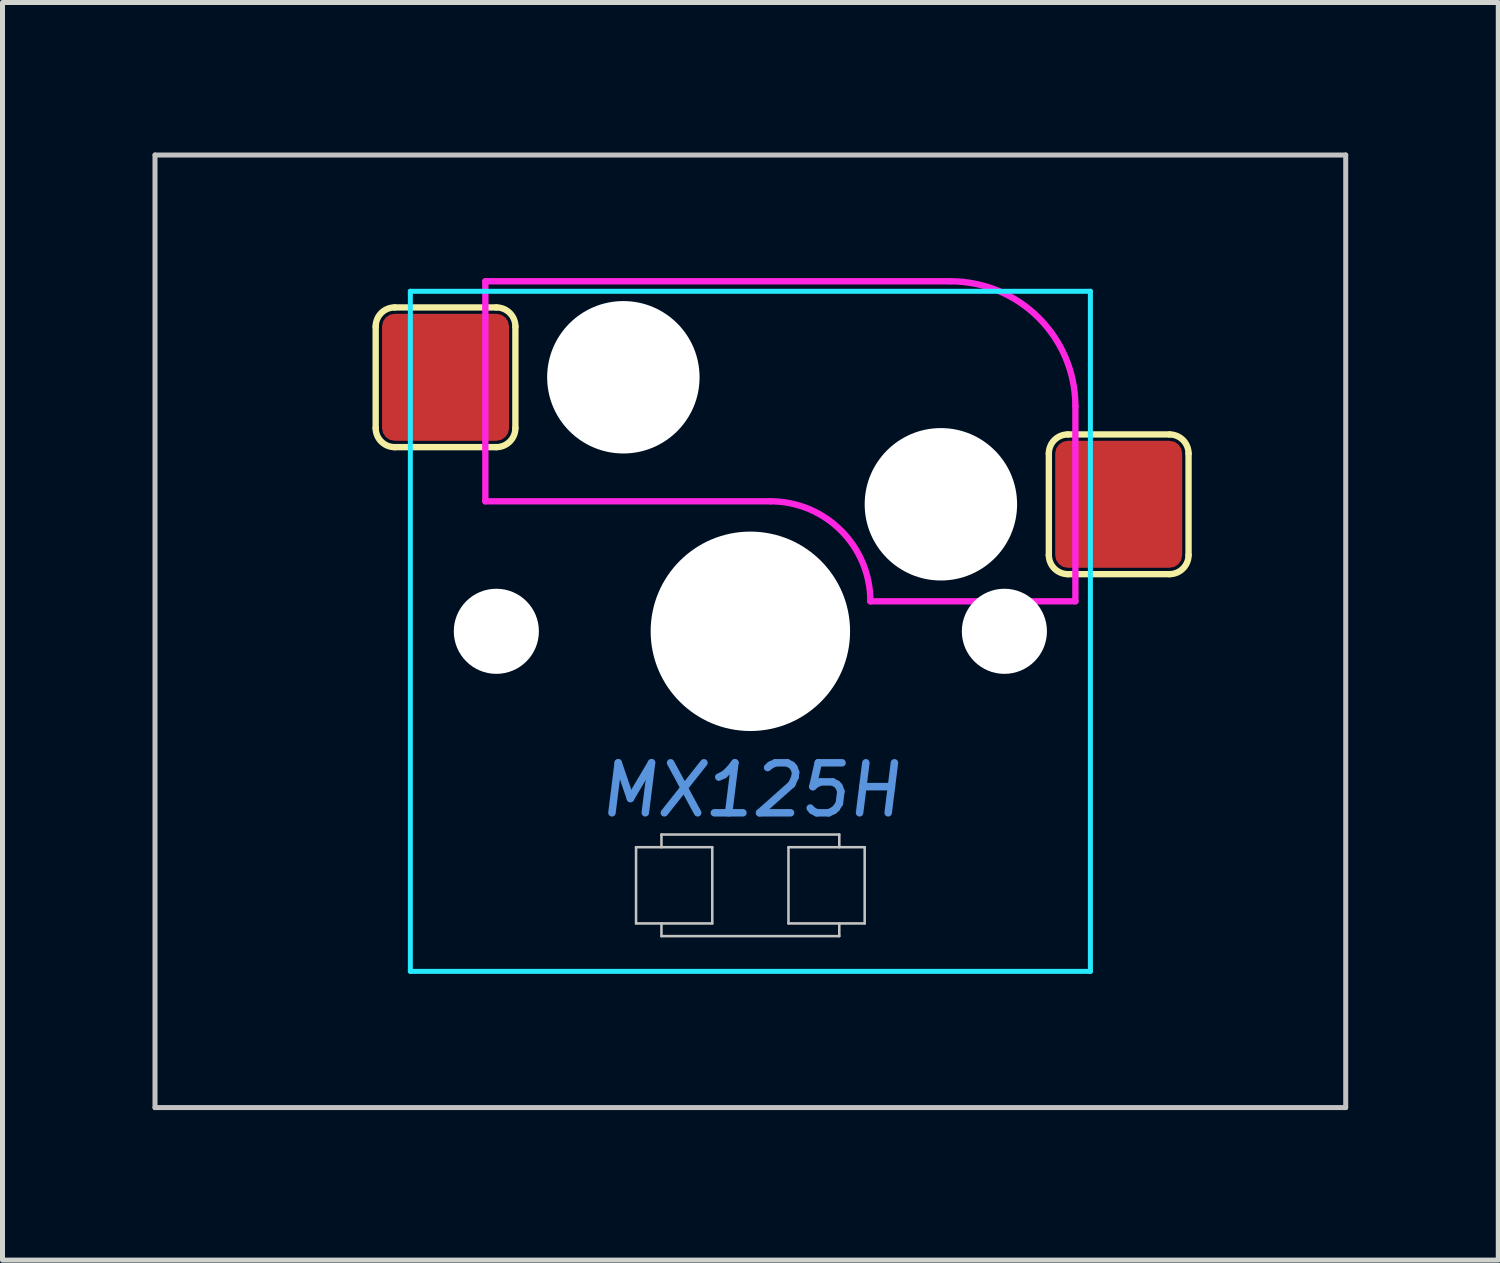
<source format=kicad_pcb>
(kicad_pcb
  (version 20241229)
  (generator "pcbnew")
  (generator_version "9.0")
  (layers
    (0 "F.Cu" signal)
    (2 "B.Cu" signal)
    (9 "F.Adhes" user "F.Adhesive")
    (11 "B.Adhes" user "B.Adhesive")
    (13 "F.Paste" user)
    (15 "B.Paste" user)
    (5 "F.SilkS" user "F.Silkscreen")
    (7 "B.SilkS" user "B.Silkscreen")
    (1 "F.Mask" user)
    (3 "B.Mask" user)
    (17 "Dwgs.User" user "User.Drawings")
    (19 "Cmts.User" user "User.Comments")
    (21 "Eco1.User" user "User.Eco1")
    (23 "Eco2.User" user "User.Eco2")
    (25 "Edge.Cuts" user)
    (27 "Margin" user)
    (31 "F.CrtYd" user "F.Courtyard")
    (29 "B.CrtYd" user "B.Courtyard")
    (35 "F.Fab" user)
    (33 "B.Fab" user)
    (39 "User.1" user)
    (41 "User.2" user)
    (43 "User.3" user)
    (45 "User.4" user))
  (footprint "MX125H"
    (layer "F.Cu")
    (at 11.956 9.575)
    (property "Reference" "MX125H" (at 0 3.175 180) (layer "Cmts.User") (effects (font (size 1 1) (thickness 0.15) (italic yes))))
    (attr smd)
    (fp_line (start -7.493 -6.096) (end -7.493 -4.064) (stroke (width 0.127) (type solid)) (layer "F.SilkS"))
    (fp_line (start -5.08 -6.477) (end -7.112 -6.477) (stroke (width 0.127) (type solid)) (layer "F.SilkS"))
    (fp_line (start -5.08 -3.683) (end -7.112 -3.683) (stroke (width 0.127) (type solid)) (layer "F.SilkS"))
    (fp_line (start -4.699 -6.096) (end -4.699 -4.064) (stroke (width 0.127) (type solid)) (layer "F.SilkS"))
    (fp_line (start 5.969 -3.556) (end 5.969 -1.524) (stroke (width 0.127) (type solid)) (layer "F.SilkS"))
    (fp_line (start 8.382 -3.937) (end 6.35 -3.937) (stroke (width 0.127) (type solid)) (layer "F.SilkS"))
    (fp_line (start 8.382 -1.143) (end 6.35 -1.143) (stroke (width 0.127) (type solid)) (layer "F.SilkS"))
    (fp_line (start 8.763 -3.556) (end 8.763 -1.524) (stroke (width 0.127) (type solid)) (layer "F.SilkS"))
    (fp_arc (start -7.493 -6.096) (mid -7.381408 -6.365408) (end -7.112 -6.477) (stroke (width 0.127) (type solid)) (layer "F.SilkS"))
    (fp_arc (start -7.112 -3.683) (mid -7.381408 -3.794592) (end -7.493 -4.064) (stroke (width 0.127) (type solid)) (layer "F.SilkS"))
    (fp_arc (start -5.08 -6.477) (mid -4.810592 -6.365408) (end -4.699 -6.096) (stroke (width 0.127) (type solid)) (layer "F.SilkS"))
    (fp_arc (start -4.699 -4.064) (mid -4.810592 -3.794592) (end -5.08 -3.683) (stroke (width 0.127) (type solid)) (layer "F.SilkS"))
    (fp_arc (start 5.969 -3.556) (mid 6.080592 -3.825408) (end 6.35 -3.937) (stroke (width 0.127) (type solid)) (layer "F.SilkS"))
    (fp_arc (start 6.35 -1.143) (mid 6.080592 -1.254592) (end 5.969 -1.524) (stroke (width 0.127) (type solid)) (layer "F.SilkS"))
    (fp_arc (start 8.382 -3.937) (mid 8.651408 -3.825408) (end 8.763 -3.556) (stroke (width 0.127) (type solid)) (layer "F.SilkS"))
    (fp_arc (start 8.763 -1.524) (mid 8.651408 -1.254592) (end 8.382 -1.143) (stroke (width 0.127) (type solid)) (layer "F.SilkS"))
    (fp_line (start -11.906 -9.525) (end -11.906 9.525) (stroke (width 0.1) (type solid)) (layer "Dwgs.User"))
    (fp_line (start -11.906 -9.525) (end 11.906 -9.525) (stroke (width 0.1) (type solid)) (layer "Dwgs.User"))
    (fp_line (start -11.906 9.525) (end 11.906 9.525) (stroke (width 0.1) (type solid)) (layer "Dwgs.User"))
    (fp_line (start -2.286 4.318) (end -2.286 5.842) (stroke (width 0.051) (type solid)) (layer "Dwgs.User"))
    (fp_line (start -2.286 5.842) (end -0.762 5.842) (stroke (width 0.051) (type solid)) (layer "Dwgs.User"))
    (fp_line (start -1.778 4.064) (end -1.778 4.318) (stroke (width 0.051) (type solid)) (layer "Dwgs.User"))
    (fp_line (start -1.778 6.096) (end -1.778 5.842) (stroke (width 0.051) (type solid)) (layer "Dwgs.User"))
    (fp_line (start -1.778 6.096) (end 1.778 6.096) (stroke (width 0.051) (type solid)) (layer "Dwgs.User"))
    (fp_line (start -0.762 4.318) (end -2.286 4.318) (stroke (width 0.051) (type solid)) (layer "Dwgs.User"))
    (fp_line (start -0.762 5.842) (end -0.762 4.318) (stroke (width 0.051) (type solid)) (layer "Dwgs.User"))
    (fp_line (start 0.762 4.318) (end 2.286 4.318) (stroke (width 0.051) (type solid)) (layer "Dwgs.User"))
    (fp_line (start 0.762 5.842) (end 0.762 4.318) (stroke (width 0.051) (type solid)) (layer "Dwgs.User"))
    (fp_line (start 1.778 4.064) (end -1.778 4.064) (stroke (width 0.051) (type solid)) (layer "Dwgs.User"))
    (fp_line (start 1.778 4.318) (end 1.778 4.064) (stroke (width 0.051) (type solid)) (layer "Dwgs.User"))
    (fp_line (start 1.778 6.096) (end 1.778 5.842) (stroke (width 0.051) (type solid)) (layer "Dwgs.User"))
    (fp_line (start 2.286 4.318) (end 2.286 5.842) (stroke (width 0.051) (type solid)) (layer "Dwgs.User"))
    (fp_line (start 2.286 5.842) (end 0.762 5.842) (stroke (width 0.051) (type solid)) (layer "Dwgs.User"))
    (fp_line (start 11.906 9.525) (end 11.906 -9.525) (stroke (width 0.1) (type solid)) (layer "Dwgs.User"))
    (fp_line (start -8.001 -5.715) (end -8.001 -3.175) (stroke (width 0.1) (type solid)) (layer "Eco1.User"))
    (fp_line (start -8.001 5.715) (end -8.001 3.175) (stroke (width 0.1) (type solid)) (layer "Eco1.User"))
    (fp_line (start -7.747 -5.969) (end -7.239 -5.969) (stroke (width 0.1) (type solid)) (layer "Eco1.User"))
    (fp_line (start -7.747 -2.921) (end -7.239 -2.921) (stroke (width 0.1) (type solid)) (layer "Eco1.User"))
    (fp_line (start -7.747 2.921) (end -7.239 2.921) (stroke (width 0.1) (type solid)) (layer "Eco1.User"))
    (fp_line (start -7.747 5.969) (end -7.239 5.969) (stroke (width 0.1) (type solid)) (layer "Eco1.User"))
    (fp_line (start -6.985 -6.223) (end -6.985 -6.731) (stroke (width 0.1) (type solid)) (layer "Eco1.User"))
    (fp_line (start -6.985 -2.667) (end -6.985 2.667) (stroke (width 0.1) (type solid)) (layer "Eco1.User"))
    (fp_line (start -6.985 6.223) (end -6.985 6.731) (stroke (width 0.1) (type solid)) (layer "Eco1.User"))
    (fp_line (start -2.159 0) (end 2.159 0) (stroke (width 0.1) (type solid)) (layer "Eco1.User"))
    (fp_line (start 0 -2.286) (end 0 2.286) (stroke (width 0.1) (type solid)) (layer "Eco1.User"))
    (fp_line (start 6.731 -6.985) (end -6.731 -6.985) (stroke (width 0.1) (type solid)) (layer "Eco1.User"))
    (fp_line (start 6.731 6.985) (end -6.731 6.985) (stroke (width 0.1) (type solid)) (layer "Eco1.User"))
    (fp_line (start 6.985 -6.223) (end 6.985 -6.731) (stroke (width 0.1) (type solid)) (layer "Eco1.User"))
    (fp_line (start 6.985 2.667) (end 6.985 -2.667) (stroke (width 0.1) (type solid)) (layer "Eco1.User"))
    (fp_line (start 6.985 6.223) (end 6.985 6.731) (stroke (width 0.1) (type solid)) (layer "Eco1.User"))
    (fp_line (start 7.747 -5.969) (end 7.239 -5.969) (stroke (width 0.1) (type solid)) (layer "Eco1.User"))
    (fp_line (start 7.747 -2.921) (end 7.239 -2.921) (stroke (width 0.1) (type solid)) (layer "Eco1.User"))
    (fp_line (start 7.747 2.921) (end 7.239 2.921) (stroke (width 0.1) (type solid)) (layer "Eco1.User"))
    (fp_line (start 7.747 5.969) (end 7.239 5.969) (stroke (width 0.1) (type solid)) (layer "Eco1.User"))
    (fp_line (start 8.001 -5.715) (end 8.001 -3.175) (stroke (width 0.1) (type solid)) (layer "Eco1.User"))
    (fp_line (start 8.001 5.715) (end 8.001 3.175) (stroke (width 0.1) (type solid)) (layer "Eco1.User"))
    (fp_arc (start -8.001 -5.715) (mid -7.926605 -5.894605) (end -7.747 -5.969) (stroke (width 0.1) (type solid)) (layer "Eco1.User"))
    (fp_arc (start -8.001 3.175) (mid -7.926605 2.995395) (end -7.747 2.921) (stroke (width 0.1) (type solid)) (layer "Eco1.User"))
    (fp_arc (start -7.747 -2.921) (mid -7.926605 -2.995395) (end -8.001 -3.175) (stroke (width 0.1) (type solid)) (layer "Eco1.User"))
    (fp_arc (start -7.747 5.969) (mid -7.926605 5.894605) (end -8.001 5.715) (stroke (width 0.1) (type solid)) (layer "Eco1.User"))
    (fp_arc (start -7.239 -2.921) (mid -7.059395 -2.846605) (end -6.985 -2.667) (stroke (width 0.1) (type solid)) (layer "Eco1.User"))
    (fp_arc (start -7.239 5.969) (mid -7.059395 6.043395) (end -6.985 6.223) (stroke (width 0.1) (type solid)) (layer "Eco1.User"))
    (fp_arc (start -6.985 -6.731) (mid -6.910605 -6.910605) (end -6.731 -6.985) (stroke (width 0.1) (type solid)) (layer "Eco1.User"))
    (fp_arc (start -6.985 -6.223) (mid -7.059395 -6.043395) (end -7.239 -5.969) (stroke (width 0.1) (type solid)) (layer "Eco1.User"))
    (fp_arc (start -6.985 2.667) (mid -7.059395 2.846605) (end -7.239 2.921) (stroke (width 0.1) (type solid)) (layer "Eco1.User"))
    (fp_arc (start -6.731 6.985) (mid -6.910605 6.910605) (end -6.985 6.731) (stroke (width 0.1) (type solid)) (layer "Eco1.User"))
    (fp_arc (start 6.731 -6.985) (mid 6.910605 -6.910605) (end 6.985 -6.731) (stroke (width 0.1) (type solid)) (layer "Eco1.User"))
    (fp_arc (start 6.985 -2.667) (mid 7.059395 -2.846605) (end 7.239 -2.921) (stroke (width 0.1) (type solid)) (layer "Eco1.User"))
    (fp_arc (start 6.985 6.223) (mid 7.059395 6.043395) (end 7.239 5.969) (stroke (width 0.1) (type solid)) (layer "Eco1.User"))
    (fp_arc (start 6.985 6.731) (mid 6.910605 6.910605) (end 6.731 6.985) (stroke (width 0.1) (type solid)) (layer "Eco1.User"))
    (fp_arc (start 7.239 -5.969) (mid 7.059395 -6.043395) (end 6.985 -6.223) (stroke (width 0.1) (type solid)) (layer "Eco1.User"))
    (fp_arc (start 7.239 2.921) (mid 7.059395 2.846605) (end 6.985 2.667) (stroke (width 0.1) (type solid)) (layer "Eco1.User"))
    (fp_arc (start 7.747 -5.969) (mid 7.926605 -5.894605) (end 8.001 -5.715) (stroke (width 0.1) (type solid)) (layer "Eco1.User"))
    (fp_arc (start 7.747 2.921) (mid 7.926605 2.995395) (end 8.001 3.175) (stroke (width 0.1) (type solid)) (layer "Eco1.User"))
    (fp_arc (start 8.001 -3.175) (mid 7.926605 -2.995395) (end 7.747 -2.921) (stroke (width 0.1) (type solid)) (layer "Eco1.User"))
    (fp_arc (start 8.001 5.715) (mid 7.926605 5.894605) (end 7.747 5.969) (stroke (width 0.1) (type solid)) (layer "Eco1.User"))
    (fp_circle (center 0 0) (end 1.905 0) (stroke (width 0.1) (type solid)) (fill no) (layer "Eco1.User"))
    (fp_line (start -6.8 -6.8) (end -6.8 6.8) (stroke (width 0.1) (type solid)) (layer "B.CrtYd"))
    (fp_line (start -6.8 -6.8) (end 6.8 -6.8) (stroke (width 0.1) (type solid)) (layer "B.CrtYd"))
    (fp_line (start 6.8 6.8) (end -6.8 6.8) (stroke (width 0.1) (type solid)) (layer "B.CrtYd"))
    (fp_line (start 6.8 6.8) (end 6.8 -6.8) (stroke (width 0.1) (type solid)) (layer "B.CrtYd"))
    (fp_line (start -5.3 -7) (end -5.3 -2.6) (stroke (width 0.127) (type solid)) (layer "F.CrtYd"))
    (fp_line (start -5.3 -7) (end 4 -7) (stroke (width 0.127) (type solid)) (layer "F.CrtYd"))
    (fp_line (start 0.4 -2.6) (end -5.3 -2.6) (stroke (width 0.127) (type solid)) (layer "F.CrtYd"))
    (fp_line (start 6.5 -4.5) (end 6.5 -0.6) (stroke (width 0.127) (type solid)) (layer "F.CrtYd"))
    (fp_line (start 6.5 -0.6) (end 2.4 -0.6) (stroke (width 0.127) (type solid)) (layer "F.CrtYd"))
    (fp_arc (start 0.4 -2.6) (mid 1.814214 -2.014214) (end 2.4 -0.6) (stroke (width 0.127) (type solid)) (layer "F.CrtYd"))
    (fp_arc (start 4 -7) (mid 5.767767 -6.267767) (end 6.5 -4.5) (stroke (width 0.127) (type solid)) (layer "F.CrtYd"))
    (pad "" np_thru_hole circle (at -5.08 0) (size 1.702 1.702) (drill 1.702) (layers "*.Cu" "*.Mask"))
    (pad "" np_thru_hole circle (at -2.54 -5.08) (size 3.048 3.048) (drill 3.048) (layers "*.Cu" "*.Mask"))
    (pad "" np_thru_hole circle (at 0 0) (size 3.988 3.988) (drill 3.988) (layers "*.Cu" "*.Mask"))
    (pad "" np_thru_hole circle (at 3.81 -2.54 90) (size 3.048 3.048) (drill 3.048) (layers "*.Cu" "*.Mask"))
    (pad "" np_thru_hole circle (at 5.08 0) (size 1.702 1.702) (drill 1.702) (layers "*.Cu" "*.Mask"))
    (pad "1" smd roundrect (at -6.096 -5.08) (size 2.54 2.54) (layers "F.Cu" "F.Mask") (roundrect_rratio 0.1))
    (pad "2" smd roundrect (at 7.366 -2.54) (size 2.54 2.54) (layers "F.Cu" "F.Mask") (roundrect_rratio 0.1)))
  (gr_rect
    (start -3 -3)
    (end 26.913 22.15)
    (stroke (width 0.1) (type default))
    (fill no)
    (layer "Edge.Cuts")))
</source>
